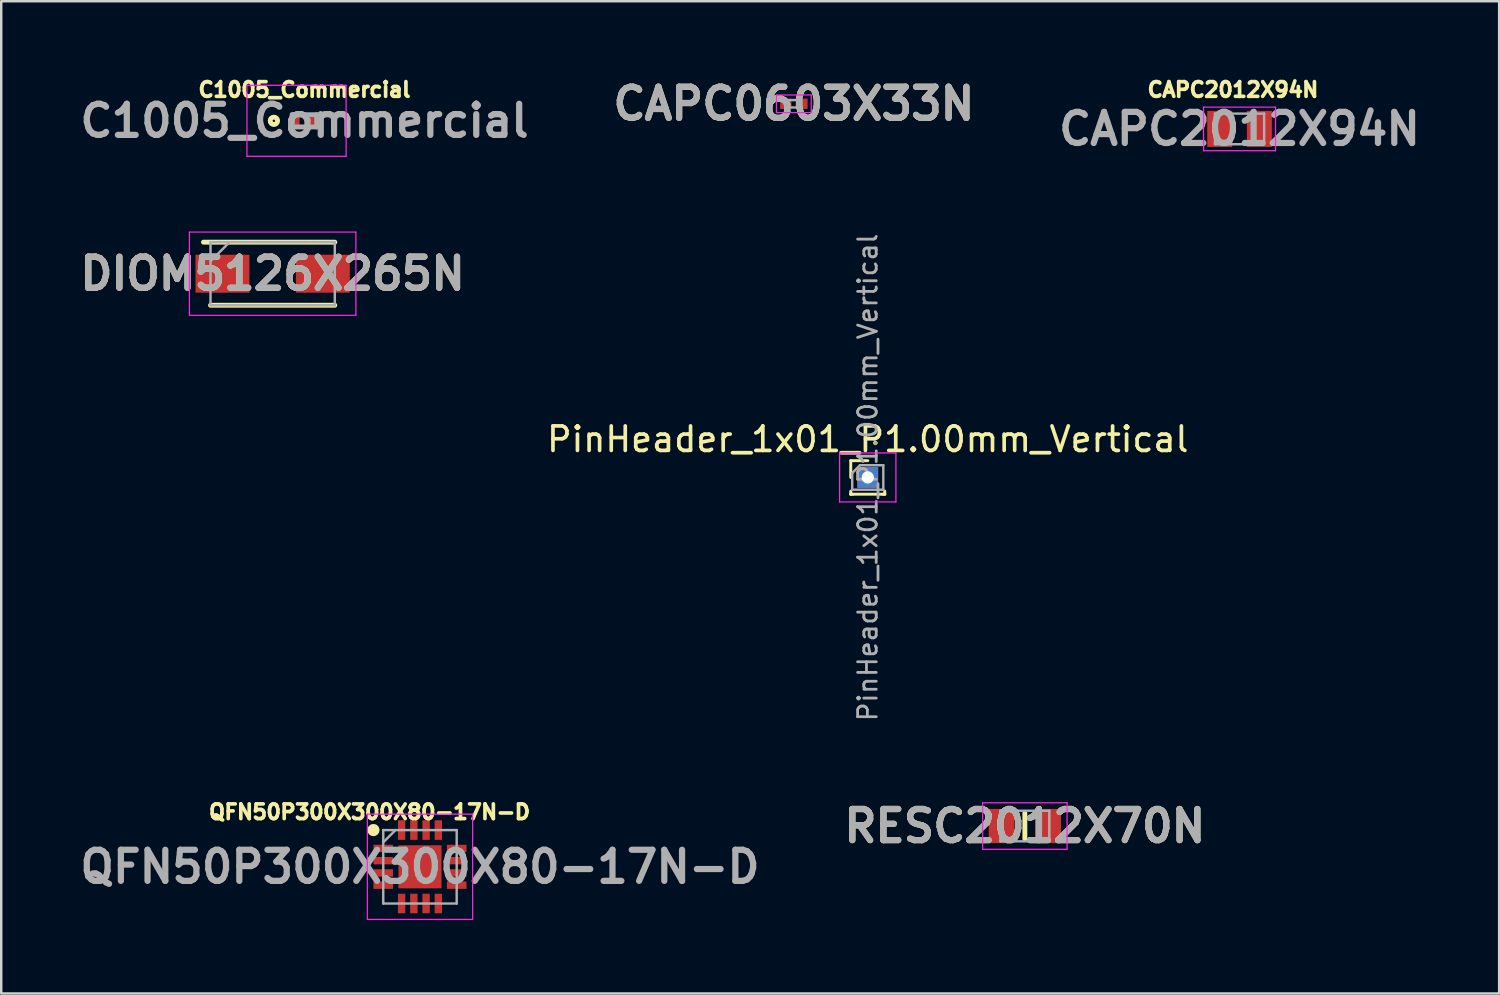
<source format=kicad_pcb>
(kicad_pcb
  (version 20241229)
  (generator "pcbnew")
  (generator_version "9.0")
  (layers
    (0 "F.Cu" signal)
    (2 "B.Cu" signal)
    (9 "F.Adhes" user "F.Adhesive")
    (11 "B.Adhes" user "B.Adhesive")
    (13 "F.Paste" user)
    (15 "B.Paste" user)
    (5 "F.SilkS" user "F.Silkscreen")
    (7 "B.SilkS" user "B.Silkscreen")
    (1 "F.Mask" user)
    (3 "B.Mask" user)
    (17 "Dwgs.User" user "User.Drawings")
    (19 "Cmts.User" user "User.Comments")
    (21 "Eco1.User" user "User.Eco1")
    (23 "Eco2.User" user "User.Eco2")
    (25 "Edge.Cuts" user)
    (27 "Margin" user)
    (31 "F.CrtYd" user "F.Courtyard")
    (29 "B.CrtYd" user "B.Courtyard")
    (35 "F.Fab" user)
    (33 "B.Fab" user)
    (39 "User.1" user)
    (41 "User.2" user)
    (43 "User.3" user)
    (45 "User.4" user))
  (footprint "C1005_Commercial"
    (layer "F.Cu")
    (at 9.386 1.884)
    (property "Reference" "C1005_Commercial" (at 0 -1.27 0) (layer "F.SilkS") (effects (font (size 0.6 0.6) (thickness 0.15))))
    (attr smd)
    (fp_circle (center -1.25 0) (end -1.25 0.05) (stroke (width 0.2) (type solid)) (fill no) (layer "F.SilkS"))
    (fp_line (start -2.35 -1.45) (end 1.7 -1.45) (stroke (width 0.05) (type solid)) (layer "F.CrtYd"))
    (fp_line (start -2.35 1.45) (end -2.35 -1.45) (stroke (width 0.05) (type solid)) (layer "F.CrtYd"))
    (fp_line (start 1.7 -1.45) (end 1.7 1.45) (stroke (width 0.05) (type solid)) (layer "F.CrtYd"))
    (fp_line (start 1.7 1.45) (end -2.35 1.45) (stroke (width 0.05) (type solid)) (layer "F.CrtYd"))
    (fp_line (start -0.5 -0.25) (end 0.5 -0.25) (stroke (width 0.2) (type solid)) (layer "F.Fab"))
    (fp_line (start -0.5 0.25) (end -0.5 -0.25) (stroke (width 0.2) (type solid)) (layer "F.Fab"))
    (fp_line (start 0.5 -0.25) (end 0.5 0.25) (stroke (width 0.2) (type solid)) (layer "F.Fab"))
    (fp_line (start 0.5 0.25) (end -0.5 0.25) (stroke (width 0.2) (type solid)) (layer "F.Fab"))
    (fp_text user "${REFERENCE}" (at 0 0 0) (layer "F.Fab") (effects (font (size 1.27 1.27) (thickness 0.254))))
    (pad "1" smd rect (at -0.4 0) (size 0.4 0.5) (layers "F.Cu" "F.Mask" "F.Paste"))
    (pad "2" smd rect (at 0.4 0) (size 0.4 0.5) (layers "F.Cu" "F.Mask" "F.Paste")))
  (footprint "DIOM5126X265N"
    (layer "F.Cu")
    (at 8.086 8.129)
    (property "Reference" "DIOM5126X265N" (at 0 0 0) (layer "F.SilkS") (effects (font (size 1.27 1.27) (thickness 0.254))))
    (attr smd)
    (fp_line (start -2.538 1.288) (end 2.538 1.288) (stroke (width 0.2) (type solid)) (layer "F.SilkS"))
    (fp_line (start 2.538 -1.288) (end -2.825 -1.288) (stroke (width 0.2) (type solid)) (layer "F.SilkS"))
    (fp_line (start -3.4 -1.7) (end 3.4 -1.7) (stroke (width 0.05) (type solid)) (layer "F.CrtYd"))
    (fp_line (start -3.4 1.7) (end -3.4 -1.7) (stroke (width 0.05) (type solid)) (layer "F.CrtYd"))
    (fp_line (start 3.4 -1.7) (end 3.4 1.7) (stroke (width 0.05) (type solid)) (layer "F.CrtYd"))
    (fp_line (start 3.4 1.7) (end -3.4 1.7) (stroke (width 0.05) (type solid)) (layer "F.CrtYd"))
    (fp_line (start -2.538 -1.288) (end 2.538 -1.288) (stroke (width 0.1) (type solid)) (layer "F.Fab"))
    (fp_line (start -2.538 -0.512) (end -1.762 -1.288) (stroke (width 0.1) (type solid)) (layer "F.Fab"))
    (fp_line (start -2.538 1.288) (end -2.538 -1.288) (stroke (width 0.1) (type solid)) (layer "F.Fab"))
    (fp_line (start 2.538 -1.288) (end 2.538 1.288) (stroke (width 0.1) (type solid)) (layer "F.Fab"))
    (fp_line (start 2.538 1.288) (end -2.538 1.288) (stroke (width 0.1) (type solid)) (layer "F.Fab"))
    (fp_text user "${REFERENCE}" (at 0 0 0) (layer "F.Fab") (effects (font (size 1.27 1.27) (thickness 0.254))))
    (pad "1" smd rect (at -2.05 0 90) (size 1.55 2.2) (layers "F.Cu" "F.Mask" "F.Paste"))
    (pad "2" smd rect (at 2.05 0 90) (size 1.55 2.2) (layers "F.Cu" "F.Mask" "F.Paste")))
  (footprint "QFN50P300X300X80-17N-D"
    (layer "F.Cu")
    (at 14.103 32.353)
    (property "Reference" "QFN50P300X300X80-17N-D" (at -2.06 -2.24 0) (layer "F.SilkS") (effects (font (size 0.6 0.6) (thickness 0.15))))
    (attr smd)
    (fp_circle (center -1.9 -1.5) (end -1.9 -1.375) (stroke (width 0.25) (type solid)) (fill no) (layer "F.SilkS"))
    (fp_line (start -2.15 -2.15) (end 2.15 -2.15) (stroke (width 0.05) (type solid)) (layer "F.CrtYd"))
    (fp_line (start -2.15 2.15) (end -2.15 -2.15) (stroke (width 0.05) (type solid)) (layer "F.CrtYd"))
    (fp_line (start 2.15 -2.15) (end 2.15 2.15) (stroke (width 0.05) (type solid)) (layer "F.CrtYd"))
    (fp_line (start 2.15 2.15) (end -2.15 2.15) (stroke (width 0.05) (type solid)) (layer "F.CrtYd"))
    (fp_line (start -1.5 -1.5) (end 1.5 -1.5) (stroke (width 0.1) (type solid)) (layer "F.Fab"))
    (fp_line (start -1.5 -1) (end -1 -1.5) (stroke (width 0.1) (type solid)) (layer "F.Fab"))
    (fp_line (start -1.5 1.5) (end -1.5 -1.5) (stroke (width 0.1) (type solid)) (layer "F.Fab"))
    (fp_line (start 1.5 -1.5) (end 1.5 1.5) (stroke (width 0.1) (type solid)) (layer "F.Fab"))
    (fp_line (start 1.5 1.5) (end -1.5 1.5) (stroke (width 0.1) (type solid)) (layer "F.Fab"))
    (fp_text user "${REFERENCE}" (at 0 0 0) (layer "F.Fab") (effects (font (size 1.27 1.27) (thickness 0.254))))
    (pad "1" smd rect (at -1.5 -0.75 90) (size 0.3 0.8) (layers "F.Cu" "F.Mask" "F.Paste"))
    (pad "2" smd rect (at -1.5 -0.25 90) (size 0.3 0.8) (layers "F.Cu" "F.Mask" "F.Paste"))
    (pad "3" smd rect (at -1.5 0.25 90) (size 0.3 0.8) (layers "F.Cu" "F.Mask" "F.Paste"))
    (pad "4" smd rect (at -1.5 0.75 90) (size 0.3 0.8) (layers "F.Cu" "F.Mask" "F.Paste"))
    (pad "5" smd rect (at -0.75 1.5) (size 0.3 0.8) (layers "F.Cu" "F.Mask" "F.Paste"))
    (pad "6" smd rect (at -0.25 1.5) (size 0.3 0.8) (layers "F.Cu" "F.Mask" "F.Paste"))
    (pad "7" smd rect (at 0.25 1.5) (size 0.3 0.8) (layers "F.Cu" "F.Mask" "F.Paste"))
    (pad "8" smd rect (at 0.75 1.5) (size 0.3 0.8) (layers "F.Cu" "F.Mask" "F.Paste"))
    (pad "9" smd rect (at 1.5 0.75 90) (size 0.3 0.8) (layers "F.Cu" "F.Mask" "F.Paste"))
    (pad "10" smd rect (at 1.5 0.25 90) (size 0.3 0.8) (layers "F.Cu" "F.Mask" "F.Paste"))
    (pad "11" smd rect (at 1.5 -0.25 90) (size 0.3 0.8) (layers "F.Cu" "F.Mask" "F.Paste"))
    (pad "12" smd rect (at 1.5 -0.75 90) (size 0.3 0.8) (layers "F.Cu" "F.Mask" "F.Paste"))
    (pad "13" smd rect (at 0.75 -1.5) (size 0.3 0.8) (layers "F.Cu" "F.Mask" "F.Paste"))
    (pad "14" smd rect (at 0.25 -1.5) (size 0.3 0.8) (layers "F.Cu" "F.Mask" "F.Paste"))
    (pad "15" smd rect (at -0.25 -1.5) (size 0.3 0.8) (layers "F.Cu" "F.Mask" "F.Paste"))
    (pad "16" smd rect (at -0.75 -1.5) (size 0.3 0.8) (layers "F.Cu" "F.Mask" "F.Paste"))
    (pad "17" smd rect (at 0 0) (size 1.76 1.76) (layers "F.Cu" "F.Mask" "F.Paste")))
  (footprint "PinHeader_1x01_P1.00mm_Vertical"
    (layer "F.Cu")
    (at 32.392 16.451)
    (property "Reference" "PinHeader_1x01_P1.00mm_Vertical" (at 0 -1.56 0) (layer "F.SilkS") (effects (font (size 1 1) (thickness 0.15))))
    (attr through_hole)
    (fp_line (start -0.695 -0.685) (end 0 -0.685) (stroke (width 0.12) (type solid)) (layer "F.SilkS"))
    (fp_line (start -0.695 0) (end -0.695 -0.685) (stroke (width 0.12) (type solid)) (layer "F.SilkS"))
    (fp_line (start -0.695 0.685) (end -0.695 0.56) (stroke (width 0.12) (type solid)) (layer "F.SilkS"))
    (fp_line (start -0.695 0.685) (end -0.608 0.685) (stroke (width 0.12) (type solid)) (layer "F.SilkS"))
    (fp_line (start -0.695 0.685) (end 0.695 0.685) (stroke (width 0.12) (type solid)) (layer "F.SilkS"))
    (fp_line (start 0.608 0.685) (end 0.695 0.685) (stroke (width 0.12) (type solid)) (layer "F.SilkS"))
    (fp_line (start 0.695 0.685) (end 0.695 0.56) (stroke (width 0.12) (type solid)) (layer "F.SilkS"))
    (fp_line (start -1.15 -1) (end -1.15 1) (stroke (width 0.05) (type solid)) (layer "F.CrtYd"))
    (fp_line (start -1.15 1) (end 1.15 1) (stroke (width 0.05) (type solid)) (layer "F.CrtYd"))
    (fp_line (start 1.15 -1) (end -1.15 -1) (stroke (width 0.05) (type solid)) (layer "F.CrtYd"))
    (fp_line (start 1.15 1) (end 1.15 -1) (stroke (width 0.05) (type solid)) (layer "F.CrtYd"))
    (fp_line (start -0.635 -0.182) (end -0.318 -0.5) (stroke (width 0.1) (type solid)) (layer "F.Fab"))
    (fp_line (start -0.635 0.5) (end -0.635 -0.182) (stroke (width 0.1) (type solid)) (layer "F.Fab"))
    (fp_line (start -0.318 -0.5) (end 0.635 -0.5) (stroke (width 0.1) (type solid)) (layer "F.Fab"))
    (fp_line (start 0.635 -0.5) (end 0.635 0.5) (stroke (width 0.1) (type solid)) (layer "F.Fab"))
    (fp_line (start 0.635 0.5) (end -0.635 0.5) (stroke (width 0.1) (type solid)) (layer "F.Fab"))
    (fp_text user "${REFERENCE}" (at 0 0 90) (layer "F.Fab") (effects (font (size 0.76 0.76) (thickness 0.114))))
    (pad "1" thru_hole rect (at 0 0) (size 0.85 0.85) (drill 0.5) (layers "*.Cu" "*.Mask")))
  (footprint "RESC2012X70N"
    (layer "F.Cu")
    (at 38.808 30.688)
    (property "Reference" "RESC2012X70N" (at 0 0 0) (layer "F.SilkS") (effects (font (size 1.27 1.27) (thickness 0.254))))
    (attr smd)
    (fp_line (start 0 -0.525) (end 0 0.525) (stroke (width 0.2) (type solid)) (layer "F.SilkS"))
    (fp_line (start -1.725 -0.95) (end 1.725 -0.95) (stroke (width 0.05) (type solid)) (layer "F.CrtYd"))
    (fp_line (start -1.725 0.95) (end -1.725 -0.95) (stroke (width 0.05) (type solid)) (layer "F.CrtYd"))
    (fp_line (start 1.725 -0.95) (end 1.725 0.95) (stroke (width 0.05) (type solid)) (layer "F.CrtYd"))
    (fp_line (start 1.725 0.95) (end -1.725 0.95) (stroke (width 0.05) (type solid)) (layer "F.CrtYd"))
    (fp_line (start -1 -0.625) (end 1 -0.625) (stroke (width 0.1) (type solid)) (layer "F.Fab"))
    (fp_line (start -1 0.625) (end -1 -0.625) (stroke (width 0.1) (type solid)) (layer "F.Fab"))
    (fp_line (start 1 -0.625) (end 1 0.625) (stroke (width 0.1) (type solid)) (layer "F.Fab"))
    (fp_line (start 1 0.625) (end -1 0.625) (stroke (width 0.1) (type solid)) (layer "F.Fab"))
    (fp_text user "${REFERENCE}" (at 0 0 0) (layer "F.Fab") (effects (font (size 1.27 1.27) (thickness 0.254))))
    (pad "1" smd rect (at -0.95 0) (size 1.05 1.4) (layers "F.Cu" "F.Mask" "F.Paste"))
    (pad "2" smd rect (at 0.95 0) (size 1.05 1.4) (layers "F.Cu" "F.Mask" "F.Paste")))
  (footprint "CAPC2012X94N"
    (layer "F.Cu")
    (at 47.577 2.215)
    (property "Reference" "CAPC2012X94N" (at -0.27 -1.601 0) (layer "F.SilkS") (effects (font (size 0.6 0.6) (thickness 0.15))))
    (attr smd)
    (fp_line (start -1.47 -0.89) (end 1.47 -0.89) (stroke (width 0.05) (type solid)) (layer "F.CrtYd"))
    (fp_line (start -1.47 0.89) (end -1.47 -0.89) (stroke (width 0.05) (type solid)) (layer "F.CrtYd"))
    (fp_line (start 1.47 -0.89) (end 1.47 0.89) (stroke (width 0.05) (type solid)) (layer "F.CrtYd"))
    (fp_line (start 1.47 0.89) (end -1.47 0.89) (stroke (width 0.05) (type solid)) (layer "F.CrtYd"))
    (fp_line (start -1.005 -0.625) (end 1.005 -0.625) (stroke (width 0.1) (type solid)) (layer "F.Fab"))
    (fp_line (start -1.005 0.625) (end -1.005 -0.625) (stroke (width 0.1) (type solid)) (layer "F.Fab"))
    (fp_line (start 1.005 -0.625) (end 1.005 0.625) (stroke (width 0.1) (type solid)) (layer "F.Fab"))
    (fp_line (start 1.005 0.625) (end -1.005 0.625) (stroke (width 0.1) (type solid)) (layer "F.Fab"))
    (fp_text user "${REFERENCE}" (at 0 0 0) (layer "F.Fab") (effects (font (size 1.27 1.27) (thickness 0.254))))
    (pad "1" smd rect (at -0.81 0) (size 1.02 1.47) (layers "F.Cu" "F.Mask" "F.Paste"))
    (pad "2" smd rect (at 0.81 0) (size 1.02 1.47) (layers "F.Cu" "F.Mask" "F.Paste")))
  (footprint "CAPC0603X33N"
    (layer "F.Cu")
    (at 29.374 1.189)
    (property "Reference" "CAPC0603X33N" (at 0 0 0) (layer "F.SilkS") (effects (font (size 1.27 1.27) (thickness 0.254))))
    (attr smd)
    (fp_line (start -0.71 -0.36) (end 0.71 -0.36) (stroke (width 0.05) (type solid)) (layer "F.CrtYd"))
    (fp_line (start -0.71 0.36) (end -0.71 -0.36) (stroke (width 0.05) (type solid)) (layer "F.CrtYd"))
    (fp_line (start 0.71 -0.36) (end 0.71 0.36) (stroke (width 0.05) (type solid)) (layer "F.CrtYd"))
    (fp_line (start 0.71 0.36) (end -0.71 0.36) (stroke (width 0.05) (type solid)) (layer "F.CrtYd"))
    (fp_line (start -0.3 -0.15) (end 0.3 -0.15) (stroke (width 0.1) (type solid)) (layer "F.Fab"))
    (fp_line (start -0.3 0.15) (end -0.3 -0.15) (stroke (width 0.1) (type solid)) (layer "F.Fab"))
    (fp_line (start 0.3 -0.15) (end 0.3 0.15) (stroke (width 0.1) (type solid)) (layer "F.Fab"))
    (fp_line (start 0.3 0.15) (end -0.3 0.15) (stroke (width 0.1) (type solid)) (layer "F.Fab"))
    (fp_text user "${REFERENCE}" (at 0 0 0) (layer "F.Fab") (effects (font (size 1.27 1.27) (thickness 0.254))))
    (pad "1" smd rect (at -0.33 0 90) (size 0.42 0.46) (layers "F.Cu" "F.Mask" "F.Paste"))
    (pad "2" smd rect (at 0.33 0 90) (size 0.42 0.46) (layers "F.Cu" "F.Mask" "F.Paste")))
  (gr_rect
    (start -3 -3)
    (end 58.179 37.528)
    (stroke (width 0.1) (type default))
    (fill no)
    (layer "Edge.Cuts")))
</source>
